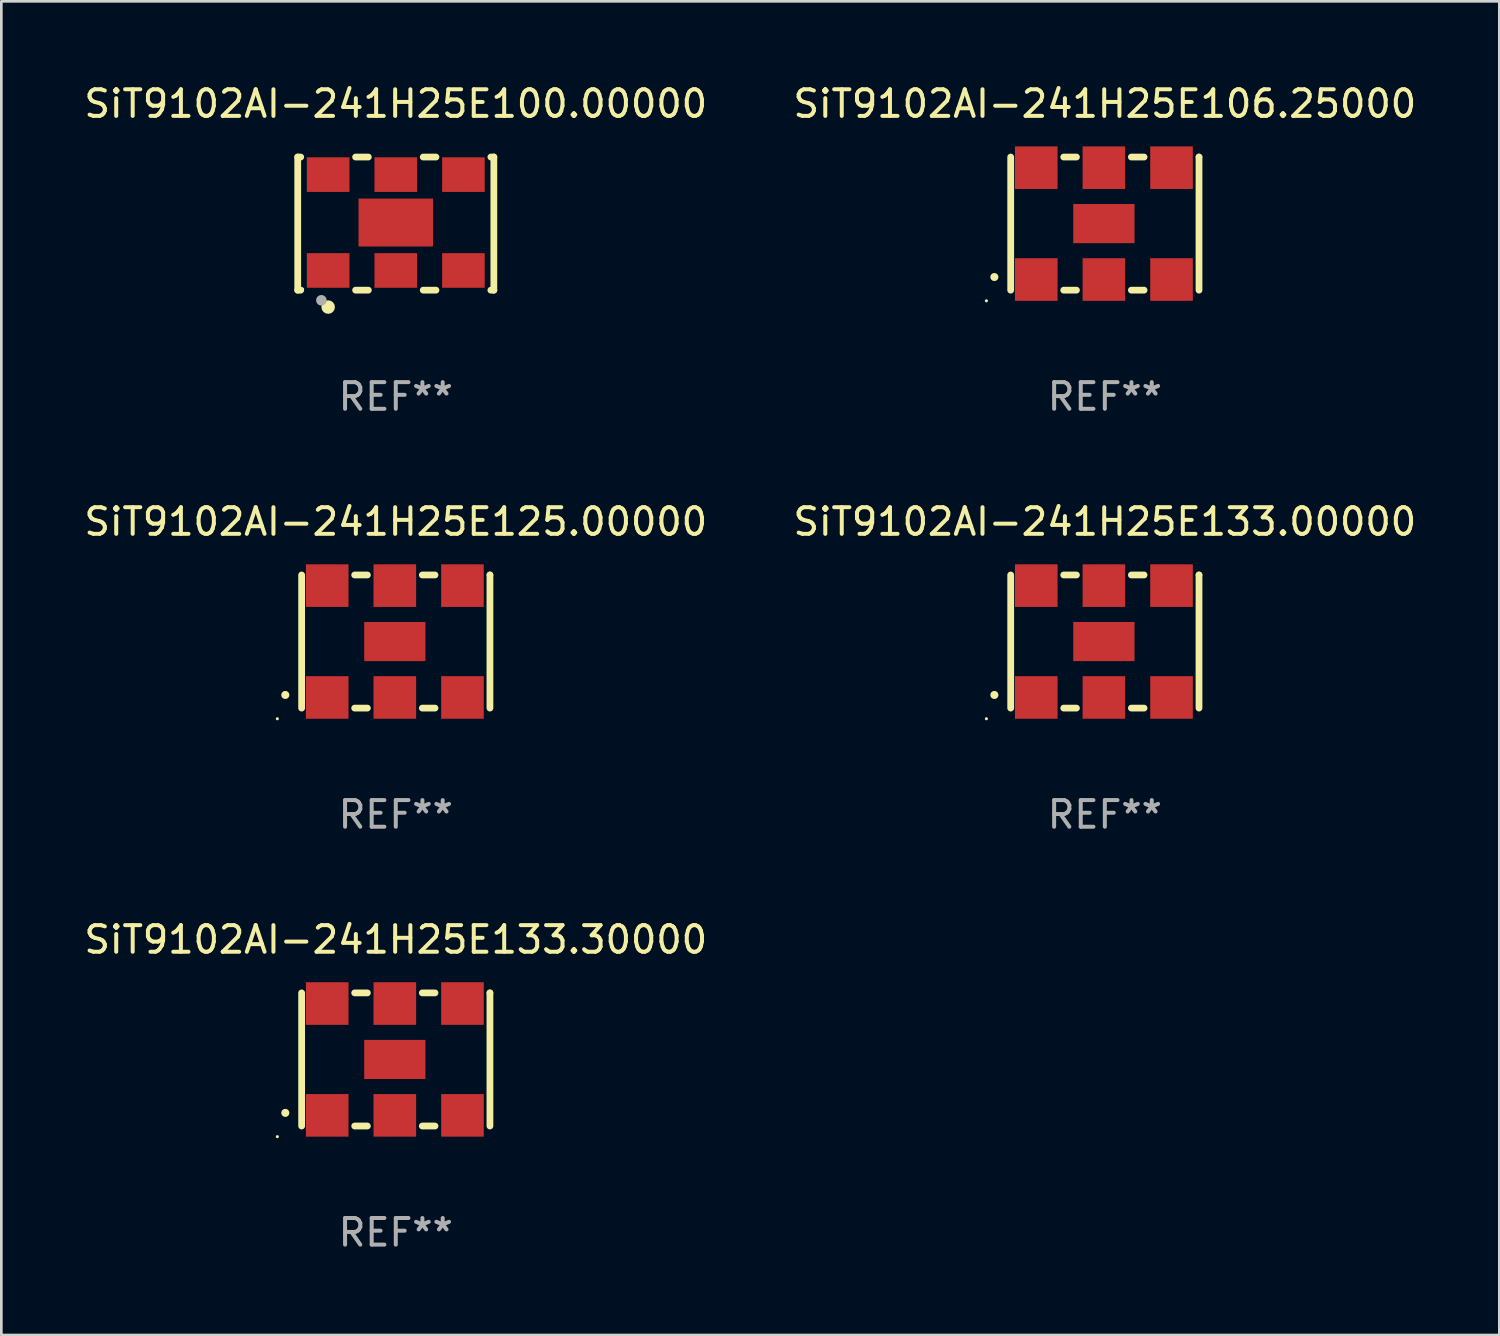
<source format=kicad_pcb>
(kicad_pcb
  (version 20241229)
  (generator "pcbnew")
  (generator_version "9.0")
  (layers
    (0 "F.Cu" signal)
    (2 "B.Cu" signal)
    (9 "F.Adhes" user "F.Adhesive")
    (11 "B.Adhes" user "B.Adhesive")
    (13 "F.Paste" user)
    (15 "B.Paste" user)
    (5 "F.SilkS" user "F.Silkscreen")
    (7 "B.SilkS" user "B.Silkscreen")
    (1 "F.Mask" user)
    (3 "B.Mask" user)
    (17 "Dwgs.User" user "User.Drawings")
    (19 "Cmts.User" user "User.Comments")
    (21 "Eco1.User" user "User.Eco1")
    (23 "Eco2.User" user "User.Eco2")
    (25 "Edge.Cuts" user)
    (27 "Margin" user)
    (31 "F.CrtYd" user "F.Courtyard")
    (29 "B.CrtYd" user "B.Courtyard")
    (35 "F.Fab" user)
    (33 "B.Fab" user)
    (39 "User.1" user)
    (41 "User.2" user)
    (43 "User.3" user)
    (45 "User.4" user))
  (footprint "SiT9102AI-241H25E100.00000"
    (layer "F.Cu")
    (at 11.815 5.348)
    (property "Reference" "SiT9102AI-241H25E100.00000" (at 0 -4.5 0) (layer "F.SilkS") (effects (font (size 1 1) (thickness 0.15))))
    (attr through_hole)
    (fp_line (start -3.683 -2.5) (end -3.571 -2.5) (stroke (width 0.254) (type solid)) (layer "F.SilkS"))
    (fp_line (start -3.683 2.5) (end -3.683 -2.5) (stroke (width 0.254) (type solid)) (layer "F.SilkS"))
    (fp_line (start -3.683 2.5) (end -3.571 2.5) (stroke (width 0.254) (type solid)) (layer "F.SilkS"))
    (fp_line (start -1.509 -2.5) (end -1.031 -2.5) (stroke (width 0.254) (type solid)) (layer "F.SilkS"))
    (fp_line (start -1.509 2.5) (end -1.031 2.5) (stroke (width 0.254) (type solid)) (layer "F.SilkS"))
    (fp_line (start 1.031 -2.5) (end 1.509 -2.5) (stroke (width 0.254) (type solid)) (layer "F.SilkS"))
    (fp_line (start 1.031 2.5) (end 1.509 2.5) (stroke (width 0.254) (type solid)) (layer "F.SilkS"))
    (fp_line (start 3.571 -2.5) (end 3.683 -2.5) (stroke (width 0.254) (type solid)) (layer "F.SilkS"))
    (fp_line (start 3.571 2.5) (end 3.683 2.5) (stroke (width 0.254) (type solid)) (layer "F.SilkS"))
    (fp_line (start 3.683 2.5) (end 3.683 -2.5) (stroke (width 0.254) (type solid)) (layer "F.SilkS"))
    (fp_circle (center -3.5 2.46) (end -3.47 2.46) (stroke (width 0.06) (type solid)) (fill no) (layer "F.SilkS"))
    (fp_circle (center -2.54 3.135) (end -2.413 3.135) (stroke (width 0.254) (type solid)) (fill no) (layer "F.SilkS"))
    (fp_circle (center -2.794 2.881) (end -2.694 2.881) (stroke (width 0.2) (type solid)) (fill no) (layer "F.Fab"))
    (fp_text user "REF**" (at 0 6.5 0) (layer "F.Fab") (effects (font (size 1 1) (thickness 0.15))))
    (pad "1" smd rect (at -2.54 1.76) (size 1.6 1.3) (layers "F.Cu" "F.Mask" "F.Paste"))
    (pad "2" smd rect (at 0 1.76) (size 1.6 1.3) (layers "F.Cu" "F.Mask" "F.Paste"))
    (pad "3" smd rect (at 2.54 1.76) (size 1.6 1.3) (layers "F.Cu" "F.Mask" "F.Paste"))
    (pad "4" smd rect (at 2.54 -1.84) (size 1.6 1.3) (layers "F.Cu" "F.Mask" "F.Paste"))
    (pad "5" smd rect (at 0 -1.84) (size 1.6 1.3) (layers "F.Cu" "F.Mask" "F.Paste"))
    (pad "6" smd rect (at -2.54 -1.84) (size 1.6 1.3) (layers "F.Cu" "F.Mask" "F.Paste"))
    (pad "7" smd rect (at 0 -0.04) (size 2.8 1.8) (layers "F.Cu" "F.Mask" "F.Paste")))
  (footprint "SiT9102AI-241H25E125.00000"
    (layer "F.Cu")
    (at 11.815 21.045)
    (property "Reference" "SiT9102AI-241H25E125.00000" (at 0 -4.5 0) (layer "F.SilkS") (effects (font (size 1 1) (thickness 0.15))))
    (attr through_hole)
    (fp_line (start -3.536 -2.5) (end -3.536 2.5) (stroke (width 0.254) (type solid)) (layer "F.SilkS"))
    (fp_line (start -1.544 2.5) (end -1.067 2.5) (stroke (width 0.254) (type solid)) (layer "F.SilkS"))
    (fp_line (start -1.067 -2.5) (end -1.544 -2.5) (stroke (width 0.254) (type solid)) (layer "F.SilkS"))
    (fp_line (start 0.996 2.5) (end 1.473 2.5) (stroke (width 0.254) (type solid)) (layer "F.SilkS"))
    (fp_line (start 1.473 -2.5) (end 0.996 -2.5) (stroke (width 0.254) (type solid)) (layer "F.SilkS"))
    (fp_line (start 3.536 -2.5) (end 3.536 -2.5) (stroke (width 0.254) (type solid)) (layer "F.SilkS"))
    (fp_line (start 3.536 2.5) (end 3.536 -2.5) (stroke (width 0.254) (type solid)) (layer "F.SilkS"))
    (fp_arc (start -4.150432 2.006604) (mid -4.149162 2.006599) (end -4.147892 2.006604) (stroke (width 0.3) (type solid)) (layer "F.SilkS"))
    (fp_circle (center -4.449 2.9) (end -4.419 2.9) (stroke (width 0.06) (type solid)) (fill no) (layer "F.SilkS"))
    (fp_text user "REF**" (at 0 6.5 0) (layer "F.Fab") (effects (font (size 1 1) (thickness 0.15))))
    (pad "1" smd rect (at -2.576 2.1) (size 1.6 1.6) (layers "F.Cu" "F.Mask" "F.Paste"))
    (pad "2" smd rect (at -0.036 2.1) (size 1.6 1.6) (layers "F.Cu" "F.Mask" "F.Paste"))
    (pad "3" smd rect (at 2.504 2.1) (size 1.6 1.6) (layers "F.Cu" "F.Mask" "F.Paste"))
    (pad "4" smd rect (at 2.504 -2.1) (size 1.6 1.6) (layers "F.Cu" "F.Mask" "F.Paste"))
    (pad "5" smd rect (at -0.036 -2.1) (size 1.6 1.6) (layers "F.Cu" "F.Mask" "F.Paste"))
    (pad "6" smd rect (at -2.576 -2.1) (size 1.6 1.6) (layers "F.Cu" "F.Mask" "F.Paste"))
    (pad "7" smd rect (at -0.036 0) (size 2.3 1.47) (layers "F.Cu" "F.Mask" "F.Paste")))
  (footprint "SiT9102AI-241H25E133.00000"
    (layer "F.Cu")
    (at 38.446 21.045)
    (property "Reference" "SiT9102AI-241H25E133.00000" (at 0 -4.5 0) (layer "F.SilkS") (effects (font (size 1 1) (thickness 0.15))))
    (attr through_hole)
    (fp_line (start -3.536 -2.5) (end -3.536 2.5) (stroke (width 0.254) (type solid)) (layer "F.SilkS"))
    (fp_line (start -1.544 2.5) (end -1.067 2.5) (stroke (width 0.254) (type solid)) (layer "F.SilkS"))
    (fp_line (start -1.067 -2.5) (end -1.544 -2.5) (stroke (width 0.254) (type solid)) (layer "F.SilkS"))
    (fp_line (start 0.996 2.5) (end 1.473 2.5) (stroke (width 0.254) (type solid)) (layer "F.SilkS"))
    (fp_line (start 1.473 -2.5) (end 0.996 -2.5) (stroke (width 0.254) (type solid)) (layer "F.SilkS"))
    (fp_line (start 3.536 -2.5) (end 3.536 -2.5) (stroke (width 0.254) (type solid)) (layer "F.SilkS"))
    (fp_line (start 3.536 2.5) (end 3.536 -2.5) (stroke (width 0.254) (type solid)) (layer "F.SilkS"))
    (fp_arc (start -4.150432 2.006604) (mid -4.149162 2.006599) (end -4.147892 2.006604) (stroke (width 0.3) (type solid)) (layer "F.SilkS"))
    (fp_circle (center -4.449 2.9) (end -4.419 2.9) (stroke (width 0.06) (type solid)) (fill no) (layer "F.SilkS"))
    (fp_text user "REF**" (at 0 6.5 0) (layer "F.Fab") (effects (font (size 1 1) (thickness 0.15))))
    (pad "1" smd rect (at -2.576 2.1) (size 1.6 1.6) (layers "F.Cu" "F.Mask" "F.Paste"))
    (pad "2" smd rect (at -0.036 2.1) (size 1.6 1.6) (layers "F.Cu" "F.Mask" "F.Paste"))
    (pad "3" smd rect (at 2.504 2.1) (size 1.6 1.6) (layers "F.Cu" "F.Mask" "F.Paste"))
    (pad "4" smd rect (at 2.504 -2.1) (size 1.6 1.6) (layers "F.Cu" "F.Mask" "F.Paste"))
    (pad "5" smd rect (at -0.036 -2.1) (size 1.6 1.6) (layers "F.Cu" "F.Mask" "F.Paste"))
    (pad "6" smd rect (at -2.576 -2.1) (size 1.6 1.6) (layers "F.Cu" "F.Mask" "F.Paste"))
    (pad "7" smd rect (at -0.036 0) (size 2.3 1.47) (layers "F.Cu" "F.Mask" "F.Paste")))
  (footprint "SiT9102AI-241H25E106.25000"
    (layer "F.Cu")
    (at 38.446 5.348)
    (property "Reference" "SiT9102AI-241H25E106.25000" (at 0 -4.5 0) (layer "F.SilkS") (effects (font (size 1 1) (thickness 0.15))))
    (attr through_hole)
    (fp_line (start -3.536 -2.5) (end -3.536 2.5) (stroke (width 0.254) (type solid)) (layer "F.SilkS"))
    (fp_line (start -1.544 2.5) (end -1.067 2.5) (stroke (width 0.254) (type solid)) (layer "F.SilkS"))
    (fp_line (start -1.067 -2.5) (end -1.544 -2.5) (stroke (width 0.254) (type solid)) (layer "F.SilkS"))
    (fp_line (start 0.996 2.5) (end 1.473 2.5) (stroke (width 0.254) (type solid)) (layer "F.SilkS"))
    (fp_line (start 1.473 -2.5) (end 0.996 -2.5) (stroke (width 0.254) (type solid)) (layer "F.SilkS"))
    (fp_line (start 3.536 -2.5) (end 3.536 -2.5) (stroke (width 0.254) (type solid)) (layer "F.SilkS"))
    (fp_line (start 3.536 2.5) (end 3.536 -2.5) (stroke (width 0.254) (type solid)) (layer "F.SilkS"))
    (fp_arc (start -4.150432 2.006604) (mid -4.149162 2.006599) (end -4.147892 2.006604) (stroke (width 0.3) (type solid)) (layer "F.SilkS"))
    (fp_circle (center -4.449 2.9) (end -4.419 2.9) (stroke (width 0.06) (type solid)) (fill no) (layer "F.SilkS"))
    (fp_text user "REF**" (at 0 6.5 0) (layer "F.Fab") (effects (font (size 1 1) (thickness 0.15))))
    (pad "1" smd rect (at -2.576 2.1) (size 1.6 1.6) (layers "F.Cu" "F.Mask" "F.Paste"))
    (pad "2" smd rect (at -0.036 2.1) (size 1.6 1.6) (layers "F.Cu" "F.Mask" "F.Paste"))
    (pad "3" smd rect (at 2.504 2.1) (size 1.6 1.6) (layers "F.Cu" "F.Mask" "F.Paste"))
    (pad "4" smd rect (at 2.504 -2.1) (size 1.6 1.6) (layers "F.Cu" "F.Mask" "F.Paste"))
    (pad "5" smd rect (at -0.036 -2.1) (size 1.6 1.6) (layers "F.Cu" "F.Mask" "F.Paste"))
    (pad "6" smd rect (at -2.576 -2.1) (size 1.6 1.6) (layers "F.Cu" "F.Mask" "F.Paste"))
    (pad "7" smd rect (at -0.036 0) (size 2.3 1.47) (layers "F.Cu" "F.Mask" "F.Paste")))
  (footprint "SiT9102AI-241H25E133.30000"
    (layer "F.Cu")
    (at 11.815 36.741)
    (property "Reference" "SiT9102AI-241H25E133.30000" (at 0 -4.5 0) (layer "F.SilkS") (effects (font (size 1 1) (thickness 0.15))))
    (attr through_hole)
    (fp_line (start -3.536 -2.5) (end -3.536 2.5) (stroke (width 0.254) (type solid)) (layer "F.SilkS"))
    (fp_line (start -1.544 2.5) (end -1.067 2.5) (stroke (width 0.254) (type solid)) (layer "F.SilkS"))
    (fp_line (start -1.067 -2.5) (end -1.544 -2.5) (stroke (width 0.254) (type solid)) (layer "F.SilkS"))
    (fp_line (start 0.996 2.5) (end 1.473 2.5) (stroke (width 0.254) (type solid)) (layer "F.SilkS"))
    (fp_line (start 1.473 -2.5) (end 0.996 -2.5) (stroke (width 0.254) (type solid)) (layer "F.SilkS"))
    (fp_line (start 3.536 -2.5) (end 3.536 -2.5) (stroke (width 0.254) (type solid)) (layer "F.SilkS"))
    (fp_line (start 3.536 2.5) (end 3.536 -2.5) (stroke (width 0.254) (type solid)) (layer "F.SilkS"))
    (fp_arc (start -4.150432 2.006604) (mid -4.149162 2.006599) (end -4.147892 2.006604) (stroke (width 0.3) (type solid)) (layer "F.SilkS"))
    (fp_circle (center -4.449 2.9) (end -4.419 2.9) (stroke (width 0.06) (type solid)) (fill no) (layer "F.SilkS"))
    (fp_text user "REF**" (at 0 6.5 0) (layer "F.Fab") (effects (font (size 1 1) (thickness 0.15))))
    (pad "1" smd rect (at -2.576 2.1) (size 1.6 1.6) (layers "F.Cu" "F.Mask" "F.Paste"))
    (pad "2" smd rect (at -0.036 2.1) (size 1.6 1.6) (layers "F.Cu" "F.Mask" "F.Paste"))
    (pad "3" smd rect (at 2.504 2.1) (size 1.6 1.6) (layers "F.Cu" "F.Mask" "F.Paste"))
    (pad "4" smd rect (at 2.504 -2.1) (size 1.6 1.6) (layers "F.Cu" "F.Mask" "F.Paste"))
    (pad "5" smd rect (at -0.036 -2.1) (size 1.6 1.6) (layers "F.Cu" "F.Mask" "F.Paste"))
    (pad "6" smd rect (at -2.576 -2.1) (size 1.6 1.6) (layers "F.Cu" "F.Mask" "F.Paste"))
    (pad "7" smd rect (at -0.036 0) (size 2.3 1.47) (layers "F.Cu" "F.Mask" "F.Paste")))
  (gr_rect
    (start -3 -3)
    (end 53.262 47.09)
    (stroke (width 0.1) (type default))
    (fill no)
    (layer "Edge.Cuts")))
</source>
